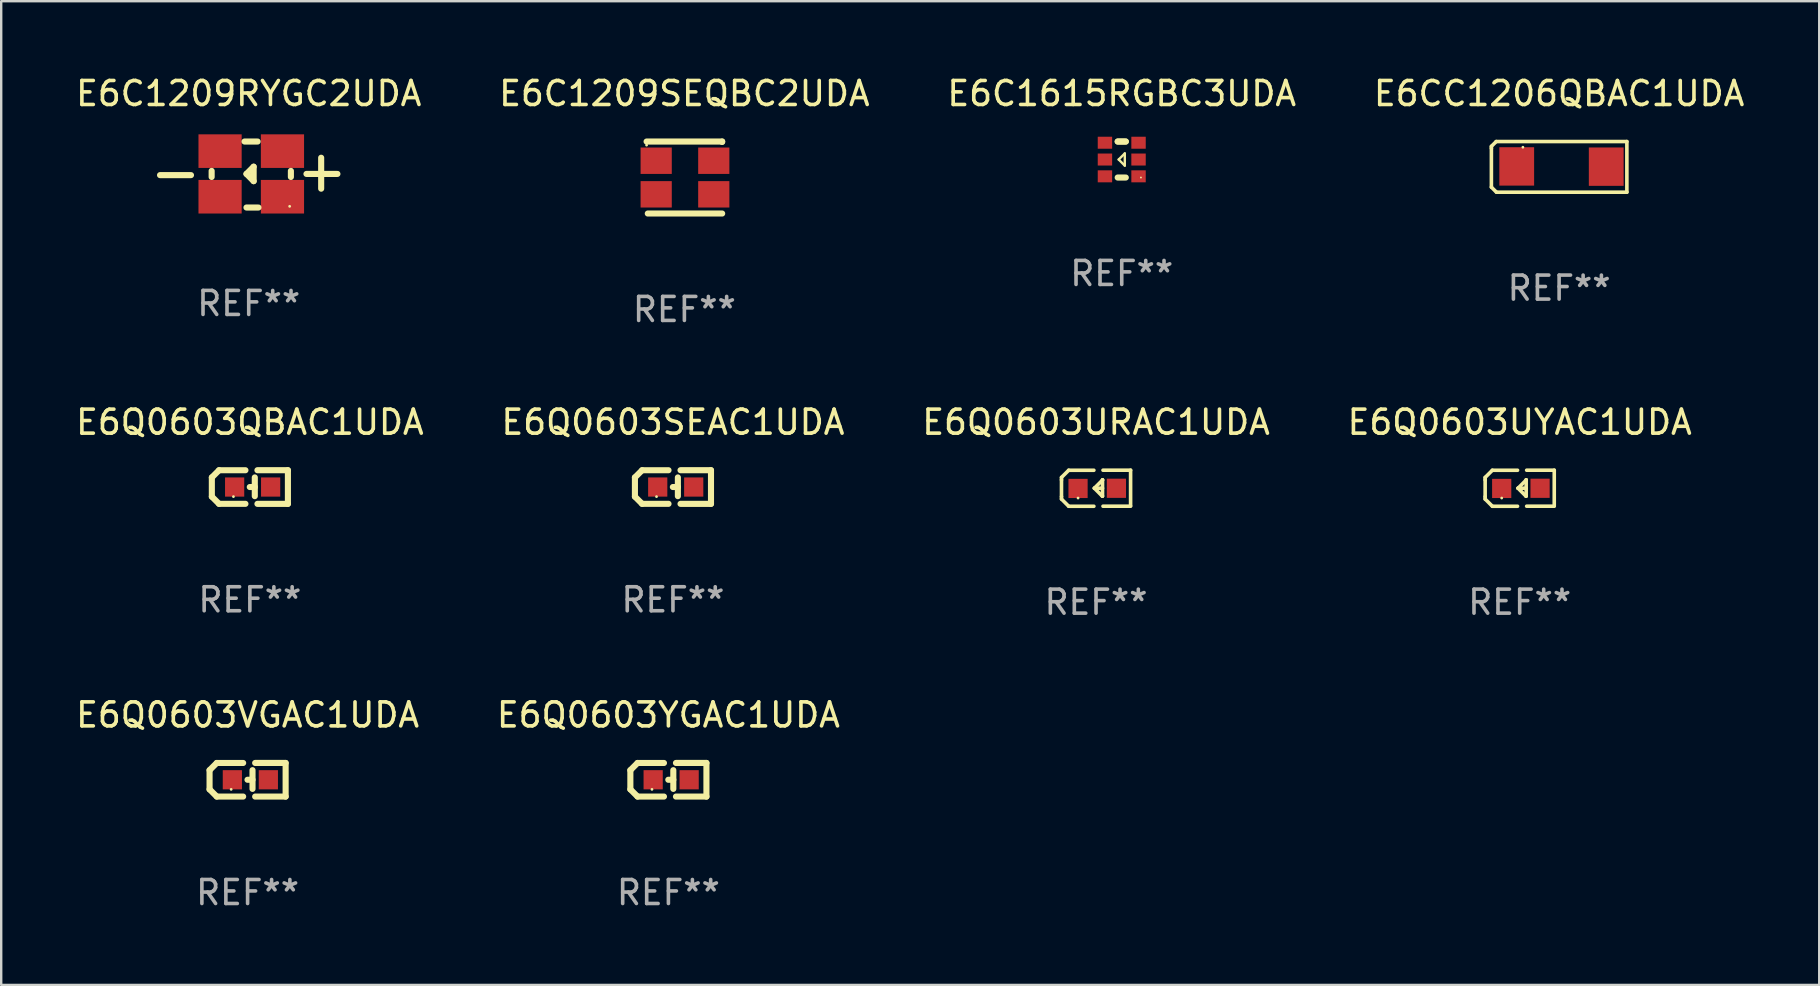
<source format=kicad_pcb>
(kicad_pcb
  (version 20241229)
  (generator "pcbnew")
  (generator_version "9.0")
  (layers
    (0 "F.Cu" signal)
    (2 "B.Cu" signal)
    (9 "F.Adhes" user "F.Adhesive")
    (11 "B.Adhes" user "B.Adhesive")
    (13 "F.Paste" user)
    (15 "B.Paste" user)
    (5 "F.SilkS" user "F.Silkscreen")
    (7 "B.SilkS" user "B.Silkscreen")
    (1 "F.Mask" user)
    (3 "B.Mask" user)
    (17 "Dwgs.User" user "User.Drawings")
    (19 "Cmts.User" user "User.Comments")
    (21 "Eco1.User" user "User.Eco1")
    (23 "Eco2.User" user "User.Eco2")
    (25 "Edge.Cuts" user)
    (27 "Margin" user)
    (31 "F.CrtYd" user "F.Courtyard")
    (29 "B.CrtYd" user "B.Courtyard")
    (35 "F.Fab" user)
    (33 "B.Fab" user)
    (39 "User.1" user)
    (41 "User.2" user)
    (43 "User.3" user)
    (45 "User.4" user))
  (footprint "E6CC1206QBAC1UDA"
    (layer "F.Cu")
    (at 61.923 3.904)
    (property "Reference" "E6CC1206QBAC1UDA" (at 0 -3.055 0) (layer "F.SilkS") (effects (font (size 1 1) (thickness 0.15))))
    (attr through_hole)
    (fp_line (start -2.823 -0.855) (end -2.623 -1.055) (stroke (width 0.15) (type solid)) (layer "F.SilkS"))
    (fp_line (start -2.823 -0.776) (end -2.823 -0.855) (stroke (width 0.15) (type solid)) (layer "F.SilkS"))
    (fp_line (start -2.823 -0.776) (end -2.823 0.845) (stroke (width 0.15) (type solid)) (layer "F.SilkS"))
    (fp_line (start -2.823 0.845) (end -2.612 1.055) (stroke (width 0.15) (type solid)) (layer "F.SilkS"))
    (fp_line (start -2.623 -1.055) (end 2.823 -1.055) (stroke (width 0.15) (type solid)) (layer "F.SilkS"))
    (fp_line (start 2.823 -1.055) (end 2.823 1.055) (stroke (width 0.15) (type solid)) (layer "F.SilkS"))
    (fp_line (start 2.823 1.055) (end -2.612 1.055) (stroke (width 0.15) (type solid)) (layer "F.SilkS"))
    (fp_circle (center -1.51 -0.819) (end -1.48 -0.819) (stroke (width 0.06) (type solid)) (fill no) (layer "F.SilkS"))
    (fp_text user "REF**" (at 0 5.055 0) (layer "F.Fab") (effects (font (size 1 1) (thickness 0.15))))
    (pad "1" smd rect (at -1.767 -0.019) (size 1.45 1.6) (layers "F.Cu" "F.Mask" "F.Paste"))
    (pad "2" smd rect (at 1.963 -0.009 180) (size 1.45 1.6) (layers "F.Cu" "F.Mask" "F.Paste")))
  (footprint "E6Q0603UYAC1UDA"
    (layer "F.Cu")
    (at 60.28 17.296)
    (property "Reference" "E6Q0603UYAC1UDA" (at 0 -2.751 0) (layer "F.SilkS") (effects (font (size 1 1) (thickness 0.15))))
    (attr through_hole)
    (fp_line (start -1.44 -0.449) (end -1.14 -0.749) (stroke (width 0.15) (type solid)) (layer "F.SilkS"))
    (fp_line (start -1.44 -0.349) (end -1.44 -0.449) (stroke (width 0.15) (type solid)) (layer "F.SilkS"))
    (fp_line (start -1.44 -0.349) (end -1.44 0.351) (stroke (width 0.15) (type solid)) (layer "F.SilkS"))
    (fp_line (start -1.44 0.351) (end -1.44 0.451) (stroke (width 0.15) (type solid)) (layer "F.SilkS"))
    (fp_line (start -1.44 0.451) (end -1.14 0.751) (stroke (width 0.15) (type solid)) (layer "F.SilkS"))
    (fp_line (start -0.09 -0.749) (end -1.14 -0.749) (stroke (width 0.15) (type solid)) (layer "F.SilkS"))
    (fp_line (start -0.09 0.751) (end -1.14 0.751) (stroke (width 0.15) (type solid)) (layer "F.SilkS"))
    (fp_line (start 0.26 0.329) (end -0.07 -0.001) (stroke (width 0.15) (type solid)) (layer "F.SilkS"))
    (fp_line (start 0.27 -0.351) (end 0.27 -0.341) (stroke (width 0.15) (type solid)) (layer "F.SilkS"))
    (fp_line (start 0.27 -0.351) (end 0.27 0.329) (stroke (width 0.15) (type solid)) (layer "F.SilkS"))
    (fp_line (start 0.27 -0.341) (end -0.07 -0.001) (stroke (width 0.15) (type solid)) (layer "F.SilkS"))
    (fp_line (start 0.27 -0.001) (end -0.07 -0.001) (stroke (width 0.15) (type solid)) (layer "F.SilkS"))
    (fp_line (start 0.27 0.329) (end 0.26 0.329) (stroke (width 0.15) (type solid)) (layer "F.SilkS"))
    (fp_line (start 0.29 -0.751) (end 1.44 -0.751) (stroke (width 0.15) (type solid)) (layer "F.SilkS"))
    (fp_line (start 0.29 0.749) (end 1.44 0.749) (stroke (width 0.15) (type solid)) (layer "F.SilkS"))
    (fp_line (start 1.44 -0.751) (end 1.44 0.729) (stroke (width 0.15) (type solid)) (layer "F.SilkS"))
    (fp_circle (center -0.75 0.409) (end -0.72 0.409) (stroke (width 0.06) (type solid)) (fill no) (layer "F.SilkS"))
    (fp_text user "REF**" (at 0 4.751 0) (layer "F.Fab") (effects (font (size 1 1) (thickness 0.15))))
    (pad "1" smd rect (at -0.75 0.009 90) (size 0.8 0.8) (layers "F.Cu" "F.Mask" "F.Paste"))
    (pad "2" smd rect (at 0.849 0.002 90) (size 0.8 0.8) (layers "F.Cu" "F.Mask" "F.Paste")))
  (footprint "E6C1615RGBC3UDA"
    (layer "F.Cu")
    (at 43.696 3.598)
    (property "Reference" "E6C1615RGBC3UDA" (at 0 -2.75 0) (layer "F.SilkS") (effects (font (size 1 1) (thickness 0.15))))
    (attr through_hole)
    (fp_line (start -0.127 0) (end 0.127 0.254) (stroke (width 0.1) (type solid)) (layer "F.SilkS"))
    (fp_line (start 0.127 -0.254) (end -0.127 0) (stroke (width 0.1) (type solid)) (layer "F.SilkS"))
    (fp_line (start 0.127 0.254) (end 0.127 -0.254) (stroke (width 0.1) (type solid)) (layer "F.SilkS"))
    (fp_line (start 0.169 -0.75) (end -0.169 -0.75) (stroke (width 0.254) (type solid)) (layer "F.SilkS"))
    (fp_line (start 0.169 -0.75) (end -0.169 -0.75) (stroke (width 0.254) (type solid)) (layer "F.SilkS"))
    (fp_line (start 0.169 0.75) (end -0.169 0.75) (stroke (width 0.254) (type solid)) (layer "F.SilkS"))
    (fp_circle (center 0.8 0.75) (end 0.82 0.75) (stroke (width 0.04) (type solid)) (fill no) (layer "F.SilkS"))
    (fp_text user "REF**" (at 0 4.75 0) (layer "F.Fab") (effects (font (size 1 1) (thickness 0.15))))
    (pad "1" smd rect (at 0.7 0.7 90) (size 0.5 0.6) (layers "F.Cu" "F.Mask" "F.Paste"))
    (pad "2" smd rect (at 0.7 0 90) (size 0.5 0.6) (layers "F.Cu" "F.Mask" "F.Paste"))
    (pad "3" smd rect (at 0.7 -0.7 90) (size 0.5 0.6) (layers "F.Cu" "F.Mask" "F.Paste"))
    (pad "4" smd rect (at -0.7 -0.7 90) (size 0.5 0.6) (layers "F.Cu" "F.Mask" "F.Paste"))
    (pad "5" smd rect (at -0.7 0 90) (size 0.5 0.6) (layers "F.Cu" "F.Mask" "F.Paste"))
    (pad "6" smd rect (at -0.7 0.7 90) (size 0.5 0.6) (layers "F.Cu" "F.Mask" "F.Paste")))
  (footprint "E6Q0603VGAC1UDA"
    (layer "F.Cu")
    (at 7.268 29.445)
    (property "Reference" "E6Q0603VGAC1UDA" (at 0 -2.701 0) (layer "F.SilkS") (effects (font (size 1 1) (thickness 0.15))))
    (attr through_hole)
    (fp_line (start -1.585 -0.4) (end -1.585 0.4) (stroke (width 0.254) (type solid)) (layer "F.SilkS"))
    (fp_line (start -1.585 0.4) (end -1.285 0.7) (stroke (width 0.254) (type solid)) (layer "F.SilkS"))
    (fp_line (start -1.285 -0.7) (end -1.585 -0.4) (stroke (width 0.254) (type solid)) (layer "F.SilkS"))
    (fp_line (start -1.285 0.7) (end -0.185 0.7) (stroke (width 0.254) (type solid)) (layer "F.SilkS"))
    (fp_line (start -0.185 -0.7) (end -1.285 -0.7) (stroke (width 0.254) (type solid)) (layer "F.SilkS"))
    (fp_line (start 0.205 -0.4) (end 0.205 0.38) (stroke (width 0.254) (type solid)) (layer "F.SilkS"))
    (fp_line (start 0.205 -0.002) (end -0.004 -0.000102) (stroke (width 0.254) (type solid)) (layer "F.SilkS"))
    (fp_line (start 0.315 -0.701) (end 1.585 -0.701) (stroke (width 0.254) (type solid)) (layer "F.SilkS"))
    (fp_line (start 1.585 -0.701) (end 1.585 0.701) (stroke (width 0.254) (type solid)) (layer "F.SilkS"))
    (fp_line (start 1.585 0.701) (end 0.315 0.701) (stroke (width 0.254) (type solid)) (layer "F.SilkS"))
    (fp_circle (center -0.685 0.4) (end -0.655 0.4) (stroke (width 0.06) (type solid)) (fill no) (layer "F.SilkS"))
    (fp_text user "REF**" (at 0 4.701 0) (layer "F.Fab") (effects (font (size 1 1) (thickness 0.15))))
    (pad "1" smd rect (at -0.635 0) (size 0.8 0.8) (layers "F.Cu" "F.Mask" "F.Paste"))
    (pad "2" smd rect (at 0.865 0) (size 0.8 0.8) (layers "F.Cu" "F.Mask" "F.Paste")))
  (footprint "E6Q0603YGAC1UDA"
    (layer "F.Cu")
    (at 24.804 29.445)
    (property "Reference" "E6Q0603YGAC1UDA" (at 0 -2.701 0) (layer "F.SilkS") (effects (font (size 1 1) (thickness 0.15))))
    (attr through_hole)
    (fp_line (start -1.585 -0.4) (end -1.585 0.4) (stroke (width 0.254) (type solid)) (layer "F.SilkS"))
    (fp_line (start -1.585 0.4) (end -1.285 0.7) (stroke (width 0.254) (type solid)) (layer "F.SilkS"))
    (fp_line (start -1.285 -0.7) (end -1.585 -0.4) (stroke (width 0.254) (type solid)) (layer "F.SilkS"))
    (fp_line (start -1.285 0.7) (end -0.185 0.7) (stroke (width 0.254) (type solid)) (layer "F.SilkS"))
    (fp_line (start -0.185 -0.7) (end -1.285 -0.7) (stroke (width 0.254) (type solid)) (layer "F.SilkS"))
    (fp_line (start 0.205 -0.4) (end 0.205 0.38) (stroke (width 0.254) (type solid)) (layer "F.SilkS"))
    (fp_line (start 0.205 -0.002) (end -0.004 -0.000102) (stroke (width 0.254) (type solid)) (layer "F.SilkS"))
    (fp_line (start 0.315 -0.701) (end 1.585 -0.701) (stroke (width 0.254) (type solid)) (layer "F.SilkS"))
    (fp_line (start 1.585 -0.701) (end 1.585 0.701) (stroke (width 0.254) (type solid)) (layer "F.SilkS"))
    (fp_line (start 1.585 0.701) (end 0.315 0.701) (stroke (width 0.254) (type solid)) (layer "F.SilkS"))
    (fp_circle (center -0.685 0.4) (end -0.655 0.4) (stroke (width 0.06) (type solid)) (fill no) (layer "F.SilkS"))
    (fp_text user "REF**" (at 0 4.701 0) (layer "F.Fab") (effects (font (size 1 1) (thickness 0.15))))
    (pad "1" smd rect (at -0.635 0) (size 0.8 0.8) (layers "F.Cu" "F.Mask" "F.Paste"))
    (pad "2" smd rect (at 0.865 0) (size 0.8 0.8) (layers "F.Cu" "F.Mask" "F.Paste")))
  (footprint "E6C1209RYGC2UDA"
    (layer "F.Cu")
    (at 7.315 4.223)
    (property "Reference" "E6C1209RYGC2UDA" (at 0 -3.375 0) (layer "F.SilkS") (effects (font (size 1 1) (thickness 0.15))))
    (attr through_hole)
    (fp_line (start -3.696 0.025) (end -2.406 0.025) (stroke (width 0.254) (type solid)) (layer "F.SilkS"))
    (fp_line (start -1.545 0.102) (end -1.545 -0.152) (stroke (width 0.254) (type solid)) (layer "F.SilkS"))
    (fp_line (start -0.094 -0.026) (end 0.205 0.276) (stroke (width 0.254) (type solid)) (layer "F.SilkS"))
    (fp_line (start 0.205 -0.326) (end -0.094 -0.026) (stroke (width 0.254) (type solid)) (layer "F.SilkS"))
    (fp_line (start 0.205 0.276) (end 0.205 -0.326) (stroke (width 0.254) (type solid)) (layer "F.SilkS"))
    (fp_line (start 0.371 -1.375) (end -0.175 -1.375) (stroke (width 0.254) (type solid)) (layer "F.SilkS"))
    (fp_line (start 0.406 1.375) (end -0.094 1.375) (stroke (width 0.254) (type solid)) (layer "F.SilkS"))
    (fp_line (start 1.757 0.102) (end 1.757 -0.152) (stroke (width 0.254) (type solid)) (layer "F.SilkS"))
    (fp_line (start 2.406 -0.025) (end 3.696 -0.025) (stroke (width 0.254) (type solid)) (layer "F.SilkS"))
    (fp_line (start 3.019 0.59) (end 3.019 -0.7) (stroke (width 0.254) (type solid)) (layer "F.SilkS"))
    (fp_circle (center 1.706 1.325) (end 1.736 1.325) (stroke (width 0.06) (type solid)) (fill no) (layer "F.SilkS"))
    (fp_text user "REF**" (at 0 5.375 0) (layer "F.Fab") (effects (font (size 1 1) (thickness 0.15))))
    (pad "1" smd rect (at 1.406 0.925 270) (size 1.4 1.8) (layers "F.Cu" "F.Mask" "F.Paste"))
    (pad "2" smd rect (at -1.194 0.925 270) (size 1.4 1.8) (layers "F.Cu" "F.Mask" "F.Paste"))
    (pad "3" smd rect (at 1.406 -0.975 270) (size 1.4 1.8) (layers "F.Cu" "F.Mask" "F.Paste"))
    (pad "4" smd rect (at -1.194 -0.975 270) (size 1.4 1.8) (layers "F.Cu" "F.Mask" "F.Paste")))
  (footprint "E6Q0603SEAC1UDA"
    (layer "F.Cu")
    (at 24.994 17.246)
    (property "Reference" "E6Q0603SEAC1UDA" (at 0 -2.701 0) (layer "F.SilkS") (effects (font (size 1 1) (thickness 0.15))))
    (attr through_hole)
    (fp_line (start -1.585 -0.4) (end -1.585 0.4) (stroke (width 0.254) (type solid)) (layer "F.SilkS"))
    (fp_line (start -1.585 0.4) (end -1.285 0.7) (stroke (width 0.254) (type solid)) (layer "F.SilkS"))
    (fp_line (start -1.285 -0.7) (end -1.585 -0.4) (stroke (width 0.254) (type solid)) (layer "F.SilkS"))
    (fp_line (start -1.285 0.7) (end -0.185 0.7) (stroke (width 0.254) (type solid)) (layer "F.SilkS"))
    (fp_line (start -0.185 -0.7) (end -1.285 -0.7) (stroke (width 0.254) (type solid)) (layer "F.SilkS"))
    (fp_line (start 0.205 -0.4) (end 0.205 0.38) (stroke (width 0.254) (type solid)) (layer "F.SilkS"))
    (fp_line (start 0.205 -0.002) (end -0.004 -0.000102) (stroke (width 0.254) (type solid)) (layer "F.SilkS"))
    (fp_line (start 0.315 -0.701) (end 1.585 -0.701) (stroke (width 0.254) (type solid)) (layer "F.SilkS"))
    (fp_line (start 1.585 -0.701) (end 1.585 0.701) (stroke (width 0.254) (type solid)) (layer "F.SilkS"))
    (fp_line (start 1.585 0.701) (end 0.315 0.701) (stroke (width 0.254) (type solid)) (layer "F.SilkS"))
    (fp_circle (center -0.685 0.4) (end -0.655 0.4) (stroke (width 0.06) (type solid)) (fill no) (layer "F.SilkS"))
    (fp_text user "REF**" (at 0 4.701 0) (layer "F.Fab") (effects (font (size 1 1) (thickness 0.15))))
    (pad "1" smd rect (at -0.635 0) (size 0.8 0.8) (layers "F.Cu" "F.Mask" "F.Paste"))
    (pad "2" smd rect (at 0.865 0) (size 0.8 0.8) (layers "F.Cu" "F.Mask" "F.Paste")))
  (footprint "E6C1209SEQBC2UDA"
    (layer "F.Cu")
    (at 25.47 4.348)
    (property "Reference" "E6C1209SEQBC2UDA" (at 0 -3.5 0) (layer "F.SilkS") (effects (font (size 1 1) (thickness 0.15))))
    (attr through_hole)
    (fp_line (start -1.575 -1.5) (end 1.575 -1.5) (stroke (width 0.254) (type solid)) (layer "F.SilkS"))
    (fp_line (start 1.575 -1.5) (end 1.575 -1.481) (stroke (width 0.254) (type solid)) (layer "F.SilkS"))
    (fp_line (start 1.575 1.5) (end -1.525 1.5) (stroke (width 0.254) (type solid)) (layer "F.SilkS"))
    (fp_circle (center -1.575 -1.35) (end -1.545 -1.35) (stroke (width 0.06) (type solid)) (fill no) (layer "F.SilkS"))
    (fp_text user "REF**" (at 0 5.5 0) (layer "F.Fab") (effects (font (size 1 1) (thickness 0.15))))
    (pad "1" smd rect (at -1.175 -0.7) (size 1.3 1.1) (layers "F.Cu" "F.Mask" "F.Paste"))
    (pad "2" smd rect (at 1.225 -0.7) (size 1.3 1.1) (layers "F.Cu" "F.Mask" "F.Paste"))
    (pad "3" smd rect (at -1.175 0.7) (size 1.3 1.1) (layers "F.Cu" "F.Mask" "F.Paste"))
    (pad "4" smd rect (at 1.225 0.7) (size 1.3 1.1) (layers "F.Cu" "F.Mask" "F.Paste")))
  (footprint "E6Q0603URAC1UDA"
    (layer "F.Cu")
    (at 42.625 17.296)
    (property "Reference" "E6Q0603URAC1UDA" (at 0 -2.751 0) (layer "F.SilkS") (effects (font (size 1 1) (thickness 0.15))))
    (attr through_hole)
    (fp_line (start -1.44 -0.449) (end -1.14 -0.749) (stroke (width 0.15) (type solid)) (layer "F.SilkS"))
    (fp_line (start -1.44 -0.349) (end -1.44 -0.449) (stroke (width 0.15) (type solid)) (layer "F.SilkS"))
    (fp_line (start -1.44 -0.349) (end -1.44 0.351) (stroke (width 0.15) (type solid)) (layer "F.SilkS"))
    (fp_line (start -1.44 0.351) (end -1.44 0.451) (stroke (width 0.15) (type solid)) (layer "F.SilkS"))
    (fp_line (start -1.44 0.451) (end -1.14 0.751) (stroke (width 0.15) (type solid)) (layer "F.SilkS"))
    (fp_line (start -0.09 -0.749) (end -1.14 -0.749) (stroke (width 0.15) (type solid)) (layer "F.SilkS"))
    (fp_line (start -0.09 0.751) (end -1.14 0.751) (stroke (width 0.15) (type solid)) (layer "F.SilkS"))
    (fp_line (start 0.26 0.329) (end -0.07 -0.001) (stroke (width 0.15) (type solid)) (layer "F.SilkS"))
    (fp_line (start 0.27 -0.351) (end 0.27 -0.341) (stroke (width 0.15) (type solid)) (layer "F.SilkS"))
    (fp_line (start 0.27 -0.351) (end 0.27 0.329) (stroke (width 0.15) (type solid)) (layer "F.SilkS"))
    (fp_line (start 0.27 -0.341) (end -0.07 -0.001) (stroke (width 0.15) (type solid)) (layer "F.SilkS"))
    (fp_line (start 0.27 -0.001) (end -0.07 -0.001) (stroke (width 0.15) (type solid)) (layer "F.SilkS"))
    (fp_line (start 0.27 0.329) (end 0.26 0.329) (stroke (width 0.15) (type solid)) (layer "F.SilkS"))
    (fp_line (start 0.29 -0.751) (end 1.44 -0.751) (stroke (width 0.15) (type solid)) (layer "F.SilkS"))
    (fp_line (start 0.29 0.749) (end 1.44 0.749) (stroke (width 0.15) (type solid)) (layer "F.SilkS"))
    (fp_line (start 1.44 -0.751) (end 1.44 0.729) (stroke (width 0.15) (type solid)) (layer "F.SilkS"))
    (fp_circle (center -0.75 0.409) (end -0.72 0.409) (stroke (width 0.06) (type solid)) (fill no) (layer "F.SilkS"))
    (fp_text user "REF**" (at 0 4.751 0) (layer "F.Fab") (effects (font (size 1 1) (thickness 0.15))))
    (pad "1" smd rect (at -0.75 0.009 90) (size 0.8 0.8) (layers "F.Cu" "F.Mask" "F.Paste"))
    (pad "2" smd rect (at 0.849 0.002 90) (size 0.8 0.8) (layers "F.Cu" "F.Mask" "F.Paste")))
  (footprint "E6Q0603QBAC1UDA"
    (layer "F.Cu")
    (at 7.363 17.246)
    (property "Reference" "E6Q0603QBAC1UDA" (at 0 -2.701 0) (layer "F.SilkS") (effects (font (size 1 1) (thickness 0.15))))
    (attr through_hole)
    (fp_line (start -1.585 -0.4) (end -1.585 0.4) (stroke (width 0.254) (type solid)) (layer "F.SilkS"))
    (fp_line (start -1.585 0.4) (end -1.285 0.7) (stroke (width 0.254) (type solid)) (layer "F.SilkS"))
    (fp_line (start -1.285 -0.7) (end -1.585 -0.4) (stroke (width 0.254) (type solid)) (layer "F.SilkS"))
    (fp_line (start -1.285 0.7) (end -0.185 0.7) (stroke (width 0.254) (type solid)) (layer "F.SilkS"))
    (fp_line (start -0.185 -0.7) (end -1.285 -0.7) (stroke (width 0.254) (type solid)) (layer "F.SilkS"))
    (fp_line (start 0.205 -0.4) (end 0.205 0.38) (stroke (width 0.254) (type solid)) (layer "F.SilkS"))
    (fp_line (start 0.205 -0.002) (end -0.004 -0.000102) (stroke (width 0.254) (type solid)) (layer "F.SilkS"))
    (fp_line (start 0.315 -0.701) (end 1.585 -0.701) (stroke (width 0.254) (type solid)) (layer "F.SilkS"))
    (fp_line (start 1.585 -0.701) (end 1.585 0.701) (stroke (width 0.254) (type solid)) (layer "F.SilkS"))
    (fp_line (start 1.585 0.701) (end 0.315 0.701) (stroke (width 0.254) (type solid)) (layer "F.SilkS"))
    (fp_circle (center -0.685 0.4) (end -0.655 0.4) (stroke (width 0.06) (type solid)) (fill no) (layer "F.SilkS"))
    (fp_text user "REF**" (at 0 4.701 0) (layer "F.Fab") (effects (font (size 1 1) (thickness 0.15))))
    (pad "1" smd rect (at -0.635 0) (size 0.8 0.8) (layers "F.Cu" "F.Mask" "F.Paste"))
    (pad "2" smd rect (at 0.865 0) (size 0.8 0.8) (layers "F.Cu" "F.Mask" "F.Paste")))
  (gr_rect
    (start -3 -3)
    (end 72.762 37.994)
    (stroke (width 0.1) (type default))
    (fill no)
    (layer "Edge.Cuts")))
</source>
